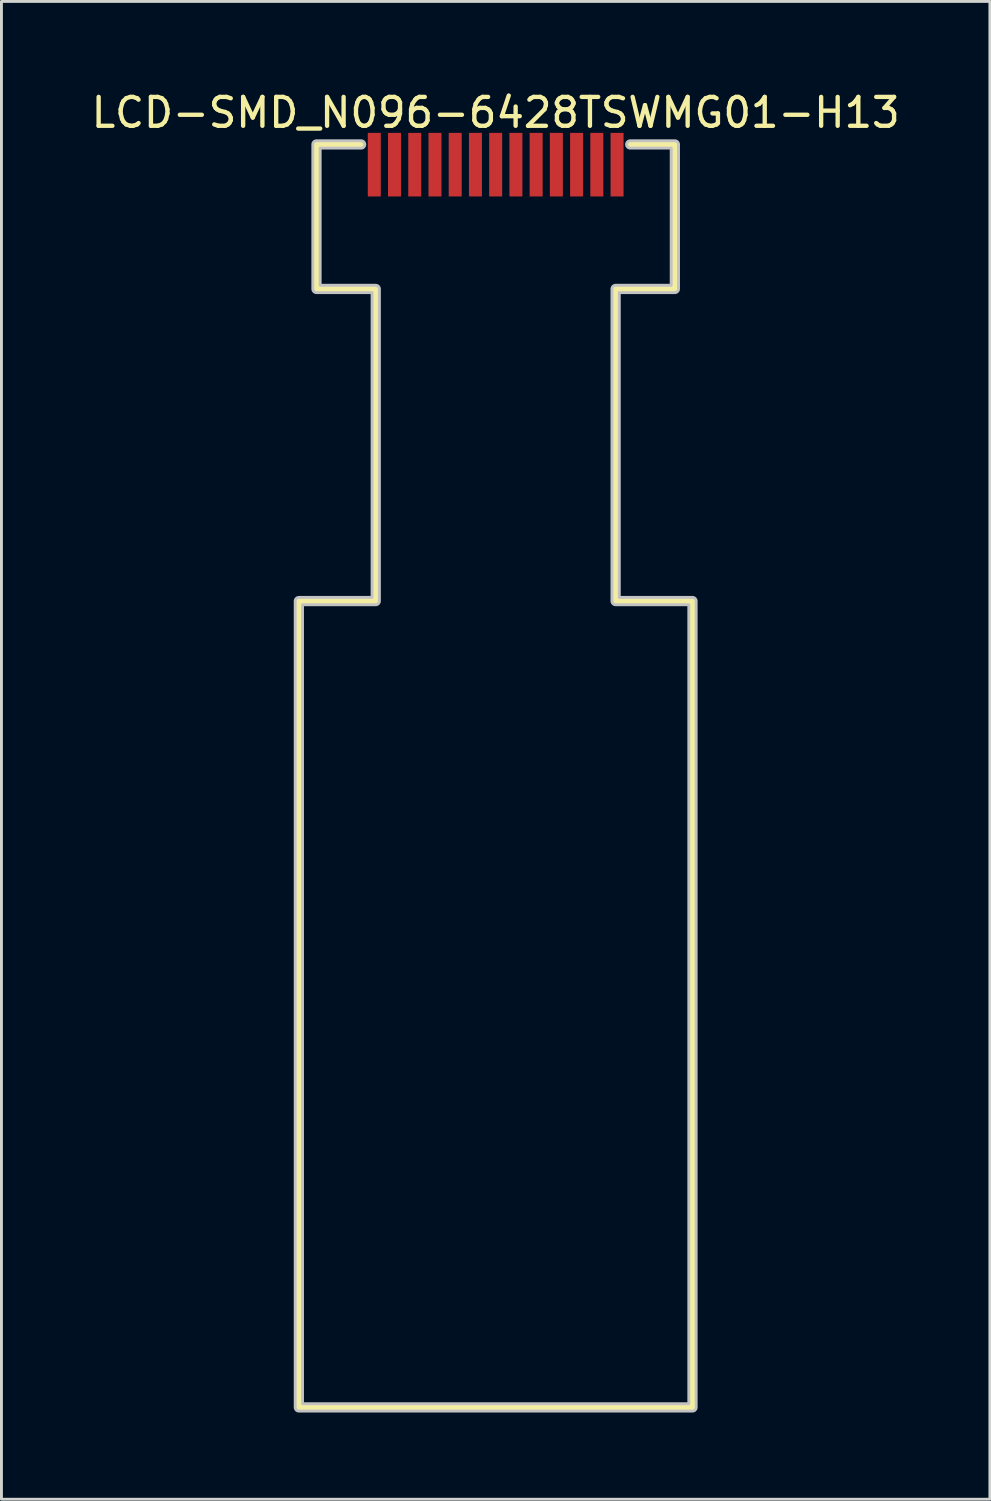
<source format=kicad_pcb>
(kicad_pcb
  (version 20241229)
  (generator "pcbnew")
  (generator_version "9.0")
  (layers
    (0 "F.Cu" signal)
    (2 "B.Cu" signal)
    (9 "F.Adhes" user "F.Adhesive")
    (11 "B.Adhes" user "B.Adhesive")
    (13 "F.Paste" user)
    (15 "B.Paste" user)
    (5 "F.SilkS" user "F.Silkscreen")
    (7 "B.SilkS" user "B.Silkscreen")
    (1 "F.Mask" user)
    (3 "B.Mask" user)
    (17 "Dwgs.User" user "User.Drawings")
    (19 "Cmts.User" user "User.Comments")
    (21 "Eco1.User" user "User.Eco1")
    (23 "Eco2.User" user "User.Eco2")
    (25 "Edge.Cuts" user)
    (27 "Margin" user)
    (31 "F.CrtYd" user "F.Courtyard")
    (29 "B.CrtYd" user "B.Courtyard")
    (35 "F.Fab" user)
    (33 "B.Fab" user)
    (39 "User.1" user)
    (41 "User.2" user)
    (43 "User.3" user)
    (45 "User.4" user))
  (footprint "LCD-SMD_N096-6428TSWMG01-H13"
    (layer "F.Cu")
    (at 14.101 2.648)
    (property "Reference" "LCD-SMD_N096-6428TSWMG01-H13" (at 0 -1.8 0) (layer "F.SilkS") (effects (font (size 1 1) (thickness 0.15))))
    (fp_line (start -6.81 15.1) (end -4.15 15.1) (stroke (width 0.254) (type default)) (layer "F.SilkS"))
    (fp_line (start -6.81 43) (end -6.81 15.1) (stroke (width 0.254) (type default)) (layer "F.SilkS"))
    (fp_line (start -6.2 -0.7) (end -4.656 -0.7) (stroke (width 0.254) (type default)) (layer "F.SilkS"))
    (fp_line (start -6.2 4.3) (end -6.2 -0.7) (stroke (width 0.254) (type default)) (layer "F.SilkS"))
    (fp_line (start -4.15 4.3) (end -6.2 4.3) (stroke (width 0.254) (type default)) (layer "F.SilkS"))
    (fp_line (start -4.15 15.1) (end -4.15 4.3) (stroke (width 0.254) (type default)) (layer "F.SilkS"))
    (fp_line (start 4.15 4.3) (end 4.15 15.1) (stroke (width 0.254) (type default)) (layer "F.SilkS"))
    (fp_line (start 4.15 15.1) (end 6.81 15.1) (stroke (width 0.254) (type default)) (layer "F.SilkS"))
    (fp_line (start 4.656 -0.7) (end 6.2 -0.7) (stroke (width 0.254) (type default)) (layer "F.SilkS"))
    (fp_line (start 6.2 -0.7) (end 6.2 4.3) (stroke (width 0.254) (type default)) (layer "F.SilkS"))
    (fp_line (start 6.2 4.3) (end 4.15 4.3) (stroke (width 0.254) (type default)) (layer "F.SilkS"))
    (fp_line (start 6.81 15.1) (end 6.81 43) (stroke (width 0.254) (type default)) (layer "F.SilkS"))
    (fp_line (start 6.81 43) (end -6.81 43) (stroke (width 0.254) (type default)) (layer "F.SilkS"))
    (fp_poly (pts (arc (start 4.656 -0.573) (mid 4.529 -0.7) (end 4.656 -0.827)) (arc (start 6.2 -0.827) (mid 6.289803 -0.789803) (end 6.327 -0.7)) (arc (start 6.327 4.3) (mid 6.289803 4.389803) (end 6.2 4.427)) (xy 4.277 4.427) (xy 4.277 14.973) (arc (start 6.81 14.973) (mid 6.899803 15.010197) (end 6.937 15.1)) (arc (start 6.937 43) (mid 6.899803 43.089803) (end 6.81 43.127)) (arc (start -6.81 43.127) (mid -6.899803 43.089803) (end -6.937 43)) (arc (start -6.937 15.1) (mid -6.899803 15.010197) (end -6.81 14.973)) (xy -4.277 14.973) (xy -4.277 4.427) (arc (start -6.2 4.427) (mid -6.289803 4.389803) (end -6.327 4.3)) (arc (start -6.327 -0.7) (mid -6.289803 -0.789803) (end -6.2 -0.827)) (arc (start -4.656 -0.827) (mid -4.529 -0.7) (end -4.656 -0.573)) (xy -6.073 -0.573) (xy -6.073 4.173) (arc (start -4.15 4.173) (mid -4.060197 4.210197) (end -4.023 4.3)) (arc (start -4.023 15.1) (mid -4.060197 15.189803) (end -4.15 15.227)) (xy -6.683 15.227) (xy -6.683 42.873) (xy 6.683 42.873) (xy 6.683 15.227) (arc (start 4.15 15.227) (mid 4.060197 15.189803) (end 4.023 15.1)) (arc (start 4.023 4.3) (mid 4.060197 4.210197) (end 4.15 4.173)) (xy 6.073 4.173) (xy 6.073 -0.573)) (stroke (width 0.1) (type default)) (fill no) (layer "Dwgs.User"))
    (fp_poly (pts (xy -4.375 -0.7) (xy -4.025 -0.7) (xy -4.025 1.1) (xy -4.375 1.1)) (stroke (width 0.1) (type default)) (fill no) (layer "User.1"))
    (fp_poly (pts (xy -3.675 -0.7) (xy -3.325 -0.7) (xy -3.325 1.1) (xy -3.675 1.1)) (stroke (width 0.1) (type default)) (fill no) (layer "User.1"))
    (fp_poly (pts (xy -2.975 -0.7) (xy -2.625 -0.7) (xy -2.625 1.1) (xy -2.975 1.1)) (stroke (width 0.1) (type default)) (fill no) (layer "User.1"))
    (fp_poly (pts (xy -2.275 -0.7) (xy -1.925 -0.7) (xy -1.925 1.1) (xy -2.275 1.1)) (stroke (width 0.1) (type default)) (fill no) (layer "User.1"))
    (fp_poly (pts (xy -1.575 -0.7) (xy -1.225 -0.7) (xy -1.225 1.1) (xy -1.575 1.1)) (stroke (width 0.1) (type default)) (fill no) (layer "User.1"))
    (fp_poly (pts (xy -0.875 -0.7) (xy -0.525 -0.7) (xy -0.525 1.1) (xy -0.875 1.1)) (stroke (width 0.1) (type default)) (fill no) (layer "User.1"))
    (fp_poly (pts (xy -0.175 -0.7) (xy 0.175 -0.7) (xy 0.175 1.1) (xy -0.175 1.1)) (stroke (width 0.1) (type default)) (fill no) (layer "User.1"))
    (fp_poly (pts (xy 0.525 -0.7) (xy 0.875 -0.7) (xy 0.875 1.1) (xy 0.525 1.1)) (stroke (width 0.1) (type default)) (fill no) (layer "User.1"))
    (fp_poly (pts (xy 1.225 -0.7) (xy 1.575 -0.7) (xy 1.575 1.1) (xy 1.225 1.1)) (stroke (width 0.1) (type default)) (fill no) (layer "User.1"))
    (fp_poly (pts (xy 1.925 -0.7) (xy 2.275 -0.7) (xy 2.275 1.1) (xy 1.925 1.1)) (stroke (width 0.1) (type default)) (fill no) (layer "User.1"))
    (fp_poly (pts (xy 2.625 -0.7) (xy 2.975 -0.7) (xy 2.975 1.1) (xy 2.625 1.1)) (stroke (width 0.1) (type default)) (fill no) (layer "User.1"))
    (fp_poly (pts (xy 3.325 -0.7) (xy 3.675 -0.7) (xy 3.675 1.1) (xy 3.325 1.1)) (stroke (width 0.1) (type default)) (fill no) (layer "User.1"))
    (fp_poly (pts (xy 4.025 -0.7) (xy 4.375 -0.7) (xy 4.375 1.1) (xy 4.025 1.1)) (stroke (width 0.1) (type default)) (fill no) (layer "User.1"))
    (fp_line (start -6.2 -0.7) (end 6.2 -0.7) (stroke (width 0.051) (type default)) (layer "User.2"))
    (fp_line (start -6.2 2.8) (end -6.2 -0.7) (stroke (width 0.051) (type default)) (layer "User.2"))
    (fp_line (start 6.2 -0.7) (end 6.2 2.8) (stroke (width 0.051) (type default)) (layer "User.2"))
    (fp_line (start 6.2 2.8) (end -6.2 2.8) (stroke (width 0.051) (type default)) (layer "User.2"))
    (fp_poly (pts (xy -6.145 -0.723) (xy -6.177 -0.755) (xy -6.223 -0.755) (xy -6.255 -0.723) (xy -6.255 -0.677) (xy -6.223 -0.645) (xy -6.177 -0.645) (xy -6.145 -0.677)) (stroke (width 0.1) (type default)) (fill no) (layer "User.3"))
    (pad "1" smd rect (at -4.2 0) (size 0.45 2.2) (layers "F.Cu" "F.Mask" "F.Paste"))
    (pad "2" smd rect (at -3.5 0) (size 0.45 2.2) (layers "F.Cu" "F.Mask" "F.Paste"))
    (pad "3" smd rect (at -2.8 0) (size 0.45 2.2) (layers "F.Cu" "F.Mask" "F.Paste"))
    (pad "4" smd rect (at -2.1 0) (size 0.45 2.2) (layers "F.Cu" "F.Mask" "F.Paste"))
    (pad "5" smd rect (at -1.4 0) (size 0.45 2.2) (layers "F.Cu" "F.Mask" "F.Paste"))
    (pad "6" smd rect (at -0.7 0) (size 0.45 2.2) (layers "F.Cu" "F.Mask" "F.Paste"))
    (pad "7" smd rect (at 0 0) (size 0.45 2.2) (layers "F.Cu" "F.Mask" "F.Paste"))
    (pad "8" smd rect (at 0.7 0) (size 0.45 2.2) (layers "F.Cu" "F.Mask" "F.Paste"))
    (pad "9" smd rect (at 1.4 0) (size 0.45 2.2) (layers "F.Cu" "F.Mask" "F.Paste"))
    (pad "10" smd rect (at 2.1 0) (size 0.45 2.2) (layers "F.Cu" "F.Mask" "F.Paste"))
    (pad "11" smd rect (at 2.8 0) (size 0.45 2.2) (layers "F.Cu" "F.Mask" "F.Paste"))
    (pad "12" smd rect (at 3.5 0) (size 0.45 2.2) (layers "F.Cu" "F.Mask" "F.Paste"))
    (pad "13" smd rect (at 4.2 0) (size 0.45 2.2) (layers "F.Cu" "F.Mask" "F.Paste")))
  (gr_rect
    (start -3 -3)
    (end 31.202 48.825)
    (stroke (width 0.1) (type default))
    (fill no)
    (layer "Edge.Cuts")))
</source>
